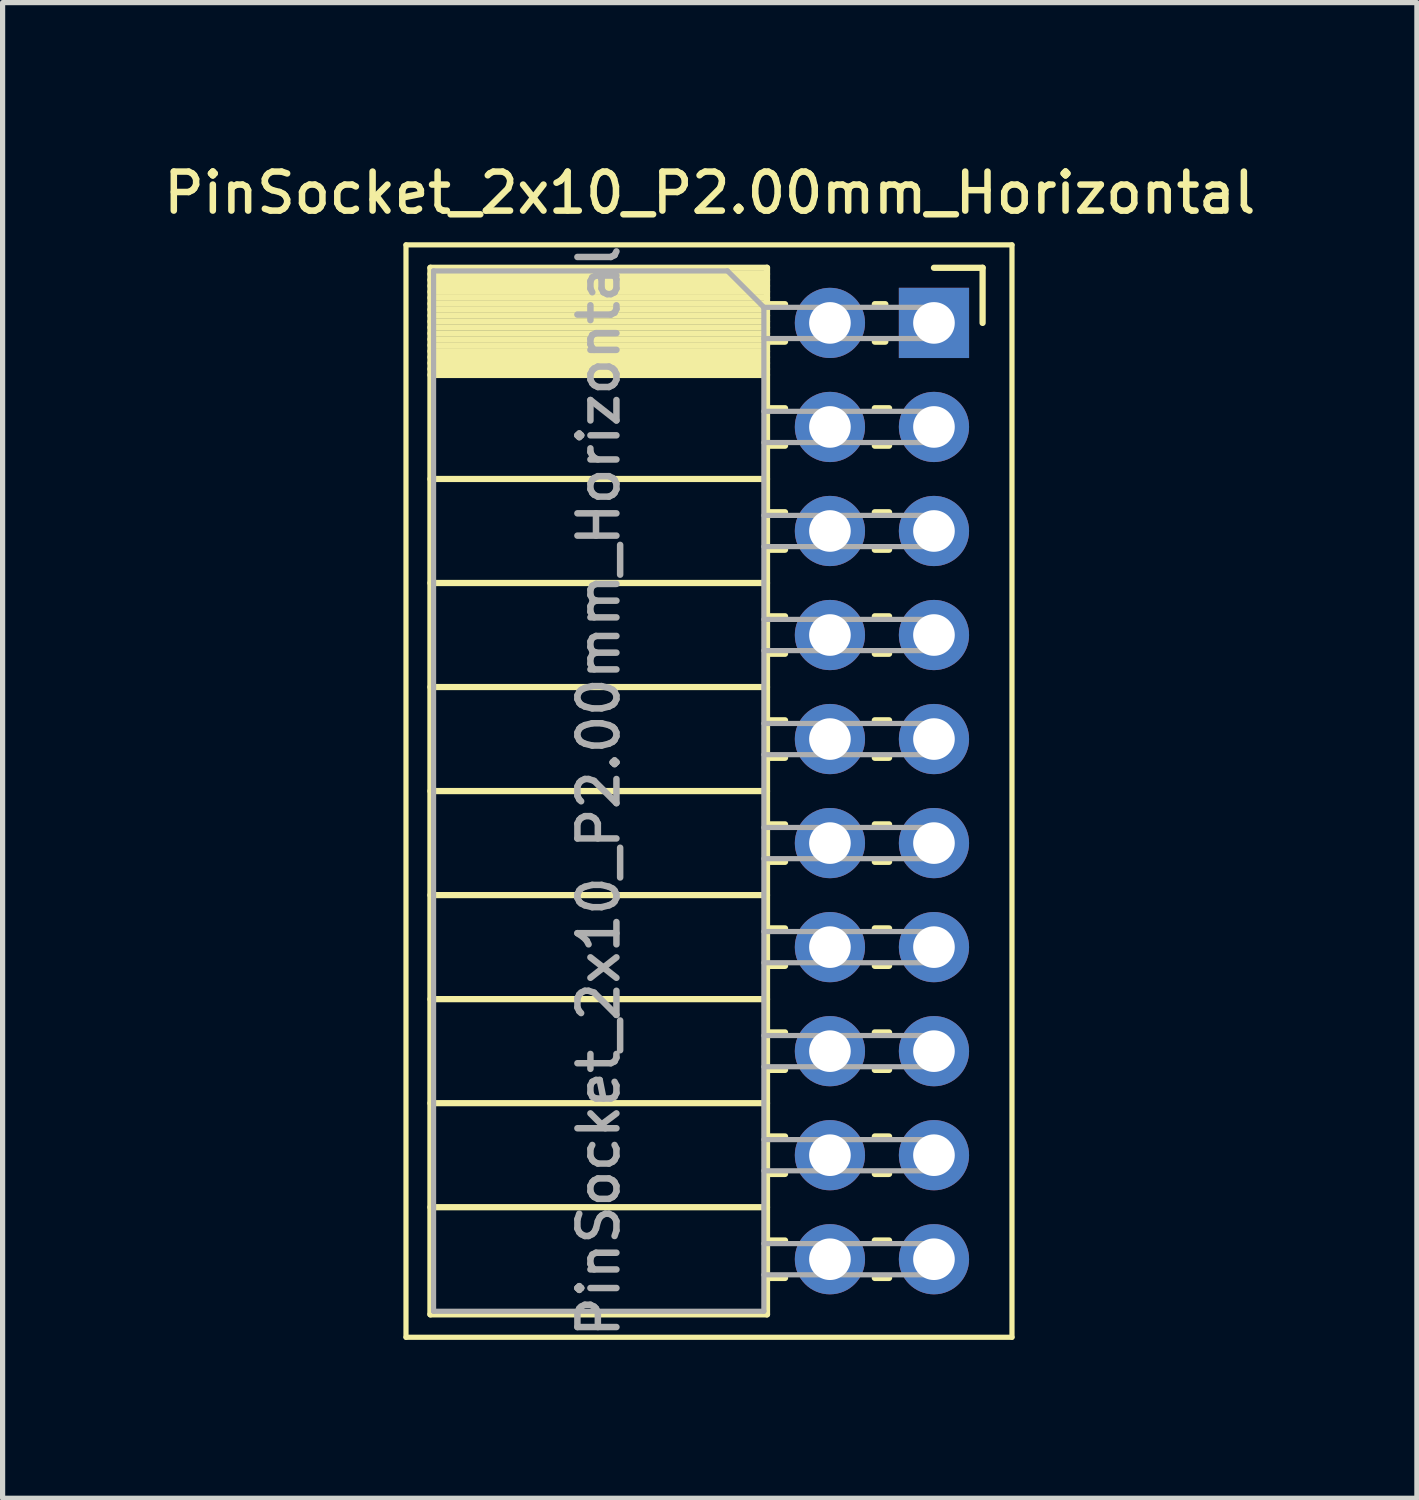
<source format=kicad_pcb>
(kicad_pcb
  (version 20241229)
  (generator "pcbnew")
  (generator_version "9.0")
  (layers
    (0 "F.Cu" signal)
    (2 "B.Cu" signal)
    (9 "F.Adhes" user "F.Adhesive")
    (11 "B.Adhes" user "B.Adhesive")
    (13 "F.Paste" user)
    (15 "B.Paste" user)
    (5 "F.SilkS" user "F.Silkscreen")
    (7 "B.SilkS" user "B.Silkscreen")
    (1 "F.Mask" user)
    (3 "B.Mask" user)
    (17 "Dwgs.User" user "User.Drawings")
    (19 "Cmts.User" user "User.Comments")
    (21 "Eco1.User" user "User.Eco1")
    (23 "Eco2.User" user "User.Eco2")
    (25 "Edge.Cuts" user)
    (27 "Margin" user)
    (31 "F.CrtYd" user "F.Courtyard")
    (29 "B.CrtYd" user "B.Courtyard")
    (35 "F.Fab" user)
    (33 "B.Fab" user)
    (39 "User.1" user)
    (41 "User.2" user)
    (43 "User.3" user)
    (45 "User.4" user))
  (footprint "PinSocket_2x10_P2.00mm_Horizontal"
    (layer "F.Cu")
    (at 14.905 3.158)
    (property "Reference" "PinSocket_2x10_P2.00mm_Horizontal" (at -4.31 -2.5 0) (layer "F.SilkS") (effects (font (size 0.75 0.75) (thickness 0.125))))
    (attr through_hole)
    (fp_line (start -10.15 -1.5) (end -10.15 19.5) (stroke (width 0.1) (type solid)) (layer "F.SilkS"))
    (fp_line (start -10.15 19.5) (end 1.5 19.5) (stroke (width 0.1) (type solid)) (layer "F.SilkS"))
    (fp_line (start -9.68 -1.06) (end -9.68 19.06) (stroke (width 0.12) (type solid)) (layer "F.SilkS"))
    (fp_line (start -9.68 -1.06) (end -3.21 -1.06) (stroke (width 0.12) (type solid)) (layer "F.SilkS"))
    (fp_line (start -9.68 -0.94) (end -3.21 -0.94) (stroke (width 0.12) (type solid)) (layer "F.SilkS"))
    (fp_line (start -9.68 -0.826) (end -3.21 -0.826) (stroke (width 0.12) (type solid)) (layer "F.SilkS"))
    (fp_line (start -9.68 -0.712) (end -3.21 -0.712) (stroke (width 0.12) (type solid)) (layer "F.SilkS"))
    (fp_line (start -9.68 -0.598) (end -3.21 -0.598) (stroke (width 0.12) (type solid)) (layer "F.SilkS"))
    (fp_line (start -9.68 -0.484) (end -3.21 -0.484) (stroke (width 0.12) (type solid)) (layer "F.SilkS"))
    (fp_line (start -9.68 -0.369) (end -3.21 -0.369) (stroke (width 0.12) (type solid)) (layer "F.SilkS"))
    (fp_line (start -9.68 -0.255) (end -3.21 -0.255) (stroke (width 0.12) (type solid)) (layer "F.SilkS"))
    (fp_line (start -9.68 -0.141) (end -3.21 -0.141) (stroke (width 0.12) (type solid)) (layer "F.SilkS"))
    (fp_line (start -9.68 -0.027) (end -3.21 -0.027) (stroke (width 0.12) (type solid)) (layer "F.SilkS"))
    (fp_line (start -9.68 0.087) (end -3.21 0.087) (stroke (width 0.12) (type solid)) (layer "F.SilkS"))
    (fp_line (start -9.68 0.201) (end -3.21 0.201) (stroke (width 0.12) (type solid)) (layer "F.SilkS"))
    (fp_line (start -9.68 0.315) (end -3.21 0.315) (stroke (width 0.12) (type solid)) (layer "F.SilkS"))
    (fp_line (start -9.68 0.429) (end -3.21 0.429) (stroke (width 0.12) (type solid)) (layer "F.SilkS"))
    (fp_line (start -9.68 0.544) (end -3.21 0.544) (stroke (width 0.12) (type solid)) (layer "F.SilkS"))
    (fp_line (start -9.68 0.658) (end -3.21 0.658) (stroke (width 0.12) (type solid)) (layer "F.SilkS"))
    (fp_line (start -9.68 0.772) (end -3.21 0.772) (stroke (width 0.12) (type solid)) (layer "F.SilkS"))
    (fp_line (start -9.68 0.886) (end -3.21 0.886) (stroke (width 0.12) (type solid)) (layer "F.SilkS"))
    (fp_line (start -9.68 1) (end -3.21 1) (stroke (width 0.12) (type solid)) (layer "F.SilkS"))
    (fp_line (start -9.68 3) (end -3.21 3) (stroke (width 0.12) (type solid)) (layer "F.SilkS"))
    (fp_line (start -9.68 5) (end -3.21 5) (stroke (width 0.12) (type solid)) (layer "F.SilkS"))
    (fp_line (start -9.68 7) (end -3.21 7) (stroke (width 0.12) (type solid)) (layer "F.SilkS"))
    (fp_line (start -9.68 9) (end -3.21 9) (stroke (width 0.12) (type solid)) (layer "F.SilkS"))
    (fp_line (start -9.68 11) (end -3.21 11) (stroke (width 0.12) (type solid)) (layer "F.SilkS"))
    (fp_line (start -9.68 13) (end -3.21 13) (stroke (width 0.12) (type solid)) (layer "F.SilkS"))
    (fp_line (start -9.68 15) (end -3.21 15) (stroke (width 0.12) (type solid)) (layer "F.SilkS"))
    (fp_line (start -9.68 17) (end -3.21 17) (stroke (width 0.12) (type solid)) (layer "F.SilkS"))
    (fp_line (start -9.68 19.06) (end -3.21 19.06) (stroke (width 0.12) (type solid)) (layer "F.SilkS"))
    (fp_line (start -3.21 -1.06) (end -3.21 19.06) (stroke (width 0.12) (type solid)) (layer "F.SilkS"))
    (fp_line (start -3.21 -0.36) (end -2.863 -0.36) (stroke (width 0.12) (type solid)) (layer "F.SilkS"))
    (fp_line (start -3.21 0.36) (end -2.863 0.36) (stroke (width 0.12) (type solid)) (layer "F.SilkS"))
    (fp_line (start -3.21 1.64) (end -2.863 1.64) (stroke (width 0.12) (type solid)) (layer "F.SilkS"))
    (fp_line (start -3.21 2.36) (end -2.863 2.36) (stroke (width 0.12) (type solid)) (layer "F.SilkS"))
    (fp_line (start -3.21 3.64) (end -2.863 3.64) (stroke (width 0.12) (type solid)) (layer "F.SilkS"))
    (fp_line (start -3.21 4.36) (end -2.863 4.36) (stroke (width 0.12) (type solid)) (layer "F.SilkS"))
    (fp_line (start -3.21 5.64) (end -2.863 5.64) (stroke (width 0.12) (type solid)) (layer "F.SilkS"))
    (fp_line (start -3.21 6.36) (end -2.863 6.36) (stroke (width 0.12) (type solid)) (layer "F.SilkS"))
    (fp_line (start -3.21 7.64) (end -2.863 7.64) (stroke (width 0.12) (type solid)) (layer "F.SilkS"))
    (fp_line (start -3.21 8.36) (end -2.863 8.36) (stroke (width 0.12) (type solid)) (layer "F.SilkS"))
    (fp_line (start -3.21 9.64) (end -2.863 9.64) (stroke (width 0.12) (type solid)) (layer "F.SilkS"))
    (fp_line (start -3.21 10.36) (end -2.863 10.36) (stroke (width 0.12) (type solid)) (layer "F.SilkS"))
    (fp_line (start -3.21 11.64) (end -2.863 11.64) (stroke (width 0.12) (type solid)) (layer "F.SilkS"))
    (fp_line (start -3.21 12.36) (end -2.863 12.36) (stroke (width 0.12) (type solid)) (layer "F.SilkS"))
    (fp_line (start -3.21 13.64) (end -2.863 13.64) (stroke (width 0.12) (type solid)) (layer "F.SilkS"))
    (fp_line (start -3.21 14.36) (end -2.863 14.36) (stroke (width 0.12) (type solid)) (layer "F.SilkS"))
    (fp_line (start -3.21 15.64) (end -2.863 15.64) (stroke (width 0.12) (type solid)) (layer "F.SilkS"))
    (fp_line (start -3.21 16.36) (end -2.863 16.36) (stroke (width 0.12) (type solid)) (layer "F.SilkS"))
    (fp_line (start -3.21 17.64) (end -2.863 17.64) (stroke (width 0.12) (type solid)) (layer "F.SilkS"))
    (fp_line (start -3.21 18.36) (end -2.863 18.36) (stroke (width 0.12) (type solid)) (layer "F.SilkS"))
    (fp_line (start -1.137 -0.36) (end -0.935 -0.36) (stroke (width 0.12) (type solid)) (layer "F.SilkS"))
    (fp_line (start -1.137 0.36) (end -0.935 0.36) (stroke (width 0.12) (type solid)) (layer "F.SilkS"))
    (fp_line (start -1.137 1.64) (end -0.863 1.64) (stroke (width 0.12) (type solid)) (layer "F.SilkS"))
    (fp_line (start -1.137 2.36) (end -0.863 2.36) (stroke (width 0.12) (type solid)) (layer "F.SilkS"))
    (fp_line (start -1.137 3.64) (end -0.863 3.64) (stroke (width 0.12) (type solid)) (layer "F.SilkS"))
    (fp_line (start -1.137 4.36) (end -0.863 4.36) (stroke (width 0.12) (type solid)) (layer "F.SilkS"))
    (fp_line (start -1.137 5.64) (end -0.863 5.64) (stroke (width 0.12) (type solid)) (layer "F.SilkS"))
    (fp_line (start -1.137 6.36) (end -0.863 6.36) (stroke (width 0.12) (type solid)) (layer "F.SilkS"))
    (fp_line (start -1.137 7.64) (end -0.863 7.64) (stroke (width 0.12) (type solid)) (layer "F.SilkS"))
    (fp_line (start -1.137 8.36) (end -0.863 8.36) (stroke (width 0.12) (type solid)) (layer "F.SilkS"))
    (fp_line (start -1.137 9.64) (end -0.863 9.64) (stroke (width 0.12) (type solid)) (layer "F.SilkS"))
    (fp_line (start -1.137 10.36) (end -0.863 10.36) (stroke (width 0.12) (type solid)) (layer "F.SilkS"))
    (fp_line (start -1.137 11.64) (end -0.863 11.64) (stroke (width 0.12) (type solid)) (layer "F.SilkS"))
    (fp_line (start -1.137 12.36) (end -0.863 12.36) (stroke (width 0.12) (type solid)) (layer "F.SilkS"))
    (fp_line (start -1.137 13.64) (end -0.863 13.64) (stroke (width 0.12) (type solid)) (layer "F.SilkS"))
    (fp_line (start -1.137 14.36) (end -0.863 14.36) (stroke (width 0.12) (type solid)) (layer "F.SilkS"))
    (fp_line (start -1.137 15.64) (end -0.863 15.64) (stroke (width 0.12) (type solid)) (layer "F.SilkS"))
    (fp_line (start -1.137 16.36) (end -0.863 16.36) (stroke (width 0.12) (type solid)) (layer "F.SilkS"))
    (fp_line (start -1.137 17.64) (end -0.863 17.64) (stroke (width 0.12) (type solid)) (layer "F.SilkS"))
    (fp_line (start -1.137 18.36) (end -0.863 18.36) (stroke (width 0.12) (type solid)) (layer "F.SilkS"))
    (fp_line (start 0 -1.06) (end 0.935 -1.06) (stroke (width 0.12) (type solid)) (layer "F.SilkS"))
    (fp_line (start 0.935 -1.06) (end 0.935 0) (stroke (width 0.12) (type solid)) (layer "F.SilkS"))
    (fp_line (start 1.5 -1.5) (end -10.15 -1.5) (stroke (width 0.1) (type solid)) (layer "F.SilkS"))
    (fp_line (start 1.5 19.5) (end 1.5 -1.5) (stroke (width 0.1) (type solid)) (layer "F.SilkS"))
    (fp_line (start -9.62 -1) (end -3.97 -1) (stroke (width 0.1) (type solid)) (layer "F.Fab"))
    (fp_line (start -9.62 19) (end -9.62 -1) (stroke (width 0.1) (type solid)) (layer "F.Fab"))
    (fp_line (start -3.97 -1) (end -3.27 -0.3) (stroke (width 0.1) (type solid)) (layer "F.Fab"))
    (fp_line (start -3.27 -0.3) (end -3.27 19) (stroke (width 0.1) (type solid)) (layer "F.Fab"))
    (fp_line (start -3.27 0.3) (end 0 0.3) (stroke (width 0.1) (type solid)) (layer "F.Fab"))
    (fp_line (start -3.27 2.3) (end 0 2.3) (stroke (width 0.1) (type solid)) (layer "F.Fab"))
    (fp_line (start -3.27 4.3) (end 0 4.3) (stroke (width 0.1) (type solid)) (layer "F.Fab"))
    (fp_line (start -3.27 6.3) (end 0 6.3) (stroke (width 0.1) (type solid)) (layer "F.Fab"))
    (fp_line (start -3.27 8.3) (end 0 8.3) (stroke (width 0.1) (type solid)) (layer "F.Fab"))
    (fp_line (start -3.27 10.3) (end 0 10.3) (stroke (width 0.1) (type solid)) (layer "F.Fab"))
    (fp_line (start -3.27 12.3) (end 0 12.3) (stroke (width 0.1) (type solid)) (layer "F.Fab"))
    (fp_line (start -3.27 14.3) (end 0 14.3) (stroke (width 0.1) (type solid)) (layer "F.Fab"))
    (fp_line (start -3.27 16.3) (end 0 16.3) (stroke (width 0.1) (type solid)) (layer "F.Fab"))
    (fp_line (start -3.27 18.3) (end 0 18.3) (stroke (width 0.1) (type solid)) (layer "F.Fab"))
    (fp_line (start -3.27 19) (end -9.62 19) (stroke (width 0.1) (type solid)) (layer "F.Fab"))
    (fp_line (start 0 -0.3) (end -3.27 -0.3) (stroke (width 0.1) (type solid)) (layer "F.Fab"))
    (fp_line (start 0 0.3) (end 0 -0.3) (stroke (width 0.1) (type solid)) (layer "F.Fab"))
    (fp_line (start 0 1.7) (end -3.27 1.7) (stroke (width 0.1) (type solid)) (layer "F.Fab"))
    (fp_line (start 0 2.3) (end 0 1.7) (stroke (width 0.1) (type solid)) (layer "F.Fab"))
    (fp_line (start 0 3.7) (end -3.27 3.7) (stroke (width 0.1) (type solid)) (layer "F.Fab"))
    (fp_line (start 0 4.3) (end 0 3.7) (stroke (width 0.1) (type solid)) (layer "F.Fab"))
    (fp_line (start 0 5.7) (end -3.27 5.7) (stroke (width 0.1) (type solid)) (layer "F.Fab"))
    (fp_line (start 0 6.3) (end 0 5.7) (stroke (width 0.1) (type solid)) (layer "F.Fab"))
    (fp_line (start 0 7.7) (end -3.27 7.7) (stroke (width 0.1) (type solid)) (layer "F.Fab"))
    (fp_line (start 0 8.3) (end 0 7.7) (stroke (width 0.1) (type solid)) (layer "F.Fab"))
    (fp_line (start 0 9.7) (end -3.27 9.7) (stroke (width 0.1) (type solid)) (layer "F.Fab"))
    (fp_line (start 0 10.3) (end 0 9.7) (stroke (width 0.1) (type solid)) (layer "F.Fab"))
    (fp_line (start 0 11.7) (end -3.27 11.7) (stroke (width 0.1) (type solid)) (layer "F.Fab"))
    (fp_line (start 0 12.3) (end 0 11.7) (stroke (width 0.1) (type solid)) (layer "F.Fab"))
    (fp_line (start 0 13.7) (end -3.27 13.7) (stroke (width 0.1) (type solid)) (layer "F.Fab"))
    (fp_line (start 0 14.3) (end 0 13.7) (stroke (width 0.1) (type solid)) (layer "F.Fab"))
    (fp_line (start 0 15.7) (end -3.27 15.7) (stroke (width 0.1) (type solid)) (layer "F.Fab"))
    (fp_line (start 0 16.3) (end 0 15.7) (stroke (width 0.1) (type solid)) (layer "F.Fab"))
    (fp_line (start 0 17.7) (end -3.27 17.7) (stroke (width 0.1) (type solid)) (layer "F.Fab"))
    (fp_line (start 0 18.3) (end 0 17.7) (stroke (width 0.1) (type solid)) (layer "F.Fab"))
    (fp_text user "${REFERENCE}" (at -6.445 9 90) (layer "F.Fab") (effects (font (size 0.75 0.75) (thickness 0.125))))
    (pad "1" thru_hole rect (at 0 0) (size 1.35 1.35) (drill 0.8) (layers "*.Cu" "*.Mask"))
    (pad "2" thru_hole oval (at -2 0) (size 1.35 1.35) (drill 0.8) (layers "*.Cu" "*.Mask"))
    (pad "3" thru_hole oval (at 0 2) (size 1.35 1.35) (drill 0.8) (layers "*.Cu" "*.Mask"))
    (pad "4" thru_hole oval (at -2 2) (size 1.35 1.35) (drill 0.8) (layers "*.Cu" "*.Mask"))
    (pad "5" thru_hole oval (at 0 4) (size 1.35 1.35) (drill 0.8) (layers "*.Cu" "*.Mask"))
    (pad "6" thru_hole oval (at -2 4) (size 1.35 1.35) (drill 0.8) (layers "*.Cu" "*.Mask"))
    (pad "7" thru_hole oval (at 0 6) (size 1.35 1.35) (drill 0.8) (layers "*.Cu" "*.Mask"))
    (pad "8" thru_hole oval (at -2 6) (size 1.35 1.35) (drill 0.8) (layers "*.Cu" "*.Mask"))
    (pad "9" thru_hole oval (at 0 8) (size 1.35 1.35) (drill 0.8) (layers "*.Cu" "*.Mask"))
    (pad "10" thru_hole oval (at -2 8) (size 1.35 1.35) (drill 0.8) (layers "*.Cu" "*.Mask"))
    (pad "11" thru_hole oval (at 0 10) (size 1.35 1.35) (drill 0.8) (layers "*.Cu" "*.Mask"))
    (pad "12" thru_hole oval (at -2 10) (size 1.35 1.35) (drill 0.8) (layers "*.Cu" "*.Mask"))
    (pad "13" thru_hole oval (at 0 12) (size 1.35 1.35) (drill 0.8) (layers "*.Cu" "*.Mask"))
    (pad "14" thru_hole oval (at -2 12) (size 1.35 1.35) (drill 0.8) (layers "*.Cu" "*.Mask"))
    (pad "15" thru_hole oval (at 0 14) (size 1.35 1.35) (drill 0.8) (layers "*.Cu" "*.Mask"))
    (pad "16" thru_hole oval (at -2 14) (size 1.35 1.35) (drill 0.8) (layers "*.Cu" "*.Mask"))
    (pad "17" thru_hole oval (at 0 16) (size 1.35 1.35) (drill 0.8) (layers "*.Cu" "*.Mask"))
    (pad "18" thru_hole oval (at -2 16) (size 1.35 1.35) (drill 0.8) (layers "*.Cu" "*.Mask"))
    (pad "19" thru_hole oval (at 0 18) (size 1.35 1.35) (drill 0.8) (layers "*.Cu" "*.Mask"))
    (pad "20" thru_hole oval (at -2 18) (size 1.35 1.35) (drill 0.8) (layers "*.Cu" "*.Mask")))
  (gr_rect
    (start -3 -3)
    (end 24.189 25.753)
    (stroke (width 0.1) (type default))
    (fill no)
    (layer "Edge.Cuts")))
</source>
